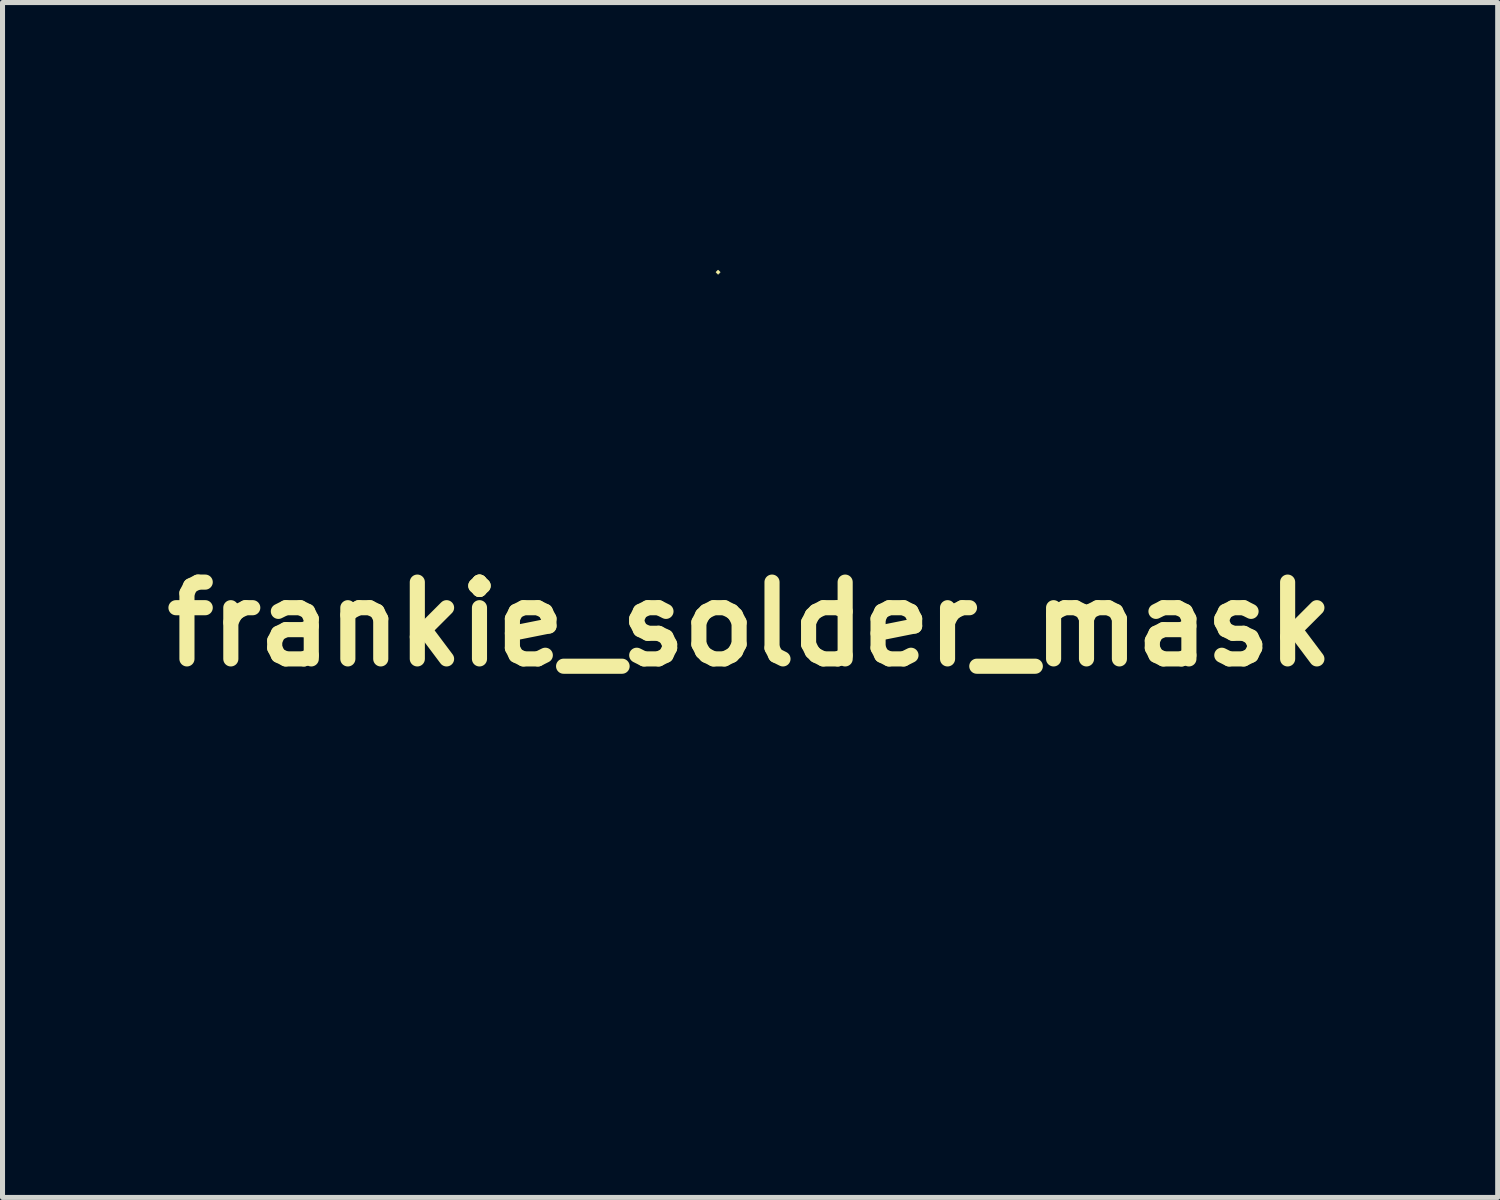
<source format=kicad_pcb>
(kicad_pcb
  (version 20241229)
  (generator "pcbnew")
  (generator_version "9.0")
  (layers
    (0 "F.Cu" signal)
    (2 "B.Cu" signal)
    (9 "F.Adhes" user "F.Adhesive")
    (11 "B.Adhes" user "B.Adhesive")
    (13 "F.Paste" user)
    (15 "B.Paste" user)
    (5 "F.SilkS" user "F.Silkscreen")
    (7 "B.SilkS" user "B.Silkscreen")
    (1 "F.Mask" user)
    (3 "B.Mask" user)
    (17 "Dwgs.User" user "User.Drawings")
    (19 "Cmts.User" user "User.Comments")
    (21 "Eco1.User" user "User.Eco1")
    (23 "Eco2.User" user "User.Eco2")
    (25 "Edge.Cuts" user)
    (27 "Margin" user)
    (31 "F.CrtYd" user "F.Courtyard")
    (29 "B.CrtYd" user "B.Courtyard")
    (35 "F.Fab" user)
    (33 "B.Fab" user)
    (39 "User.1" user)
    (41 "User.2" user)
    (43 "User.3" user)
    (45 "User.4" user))
  (footprint "frankie_solder_mask"
    (layer "F.Cu")
    (at 11.836 9.337)
    (property "Reference" "frankie_solder_mask" (at 0 0 0) (layer "F.SilkS") (effects (font (size 1.524 1.524) (thickness 0.3))))
    (attr through_hole)
    (fp_poly (pts (xy -1.163 -9.306) (xy -0.864 -9.249) (xy -0.525 -9.168) (xy -0.188 -9.071) (xy -0.085 -9.038) (xy 0.239 -8.86) (xy 0.549 -8.575) (xy 0.788 -8.24) (xy 0.858 -8.085) (xy 0.983 -7.866) (xy 1.147 -7.719) (xy 1.158 -7.713) (xy 1.43 -7.499) (xy 1.606 -7.153) (xy 1.681 -6.686) (xy 1.683 -6.519) (xy 1.709 -6.06) (xy 1.796 -5.69) (xy 1.813 -5.647) (xy 1.896 -5.434) (xy 1.902 -5.294) (xy 1.825 -5.147) (xy 1.781 -5.084) (xy 1.665 -4.906) (xy 1.61 -4.79) (xy 1.609 -4.783) (xy 1.559 -4.685) (xy 1.437 -4.51) (xy 1.28 -4.305) (xy 1.127 -4.121) (xy 1.016 -4.007) (xy 0.995 -3.993) (xy 0.929 -3.902) (xy 0.988 -3.734) (xy 1.177 -3.485) (xy 1.5 -3.147) (xy 1.562 -3.086) (xy 1.834 -2.807) (xy 2.059 -2.546) (xy 2.208 -2.34) (xy 2.249 -2.252) (xy 2.344 -2.054) (xy 2.455 -1.947) (xy 2.591 -1.807) (xy 2.659 -1.653) (xy 2.722 -1.494) (xy 2.783 -1.439) (xy 2.869 -1.358) (xy 2.976 -1.125) (xy 3.097 -0.755) (xy 3.23 -0.265) (xy 3.37 0.33) (xy 3.512 1.015) (xy 3.632 1.654) (xy 3.708 1.979) (xy 3.784 2.145) (xy 3.852 2.161) (xy 3.903 2.037) (xy 3.929 1.783) (xy 3.921 1.408) (xy 3.919 1.39) (xy 5.171 1.39) (xy 5.187 1.5) (xy 5.216 1.501) (xy 5.236 1.388) (xy 5.223 1.339) (xy 5.185 1.307) (xy 5.171 1.39) (xy 3.919 1.39) (xy 3.915 1.336) (xy 3.87 0.766) (xy 4.211 0.425) (xy 4.468 0.191) (xy 4.633 0.095) (xy 4.714 0.137) (xy 4.716 0.316) (xy 4.706 0.374) (xy 4.697 0.613) (xy 4.767 0.732) (xy 4.903 0.713) (xy 4.957 0.674) (xy 5.041 0.63) (xy 5.075 0.708) (xy 5.08 0.839) (xy 5.119 1.055) (xy 5.207 1.155) (xy 5.302 1.262) (xy 5.331 1.433) (xy 5.291 1.583) (xy 5.234 1.628) (xy 5.175 1.722) (xy 5.191 1.81) (xy 5.275 1.909) (xy 5.333 1.905) (xy 5.412 1.914) (xy 5.419 1.947) (xy 5.347 2.037) (xy 5.174 2.126) (xy 5.165 2.129) (xy 4.99 2.225) (xy 4.978 2.313) (xy 5.122 2.366) (xy 5.212 2.371) (xy 5.369 2.4) (xy 5.419 2.455) (xy 5.354 2.538) (xy 5.334 2.54) (xy 5.258 2.608) (xy 5.249 2.66) (xy 5.207 2.786) (xy 5.178 2.808) (xy 5.113 2.907) (xy 5.066 3.099) (xy 5.045 3.313) (xy 5.06 3.476) (xy 5.086 3.517) (xy 5.105 3.612) (xy 5.012 3.77) (xy 4.837 3.963) (xy 4.609 4.159) (xy 4.356 4.328) (xy 4.264 4.377) (xy 3.988 4.538) (xy 3.806 4.698) (xy 3.76 4.775) (xy 3.69 4.932) (xy 3.555 5.18) (xy 3.383 5.469) (xy 3.362 5.503) (xy 3.184 5.8) (xy 3.084 6.03) (xy 3.045 6.258) (xy 3.052 6.551) (xy 3.071 6.77) (xy 3.017 6.973) (xy 2.838 7.113) (xy 2.573 7.173) (xy 2.284 7.141) (xy 2 7.087) (xy 1.848 7.121) (xy 1.813 7.248) (xy 1.825 7.313) (xy 1.826 7.625) (xy 1.663 7.898) (xy 1.334 8.131) (xy 1.25 8.173) (xy 0.849 8.33) (xy 0.542 8.372) (xy 0.297 8.3) (xy 0.115 8.149) (xy -0.005 8.003) (xy -0.062 7.86) (xy -0.068 7.661) (xy -0.044 7.408) (xy 0.003 7.114) (xy 0.038 6.985) (xy 2.201 6.985) (xy 2.244 7.027) (xy 2.286 6.985) (xy 2.244 6.943) (xy 2.201 6.985) (xy 0.038 6.985) (xy 0.067 6.877) (xy 0.117 6.773) (xy 0.228 6.599) (xy 0.337 6.372) (xy 0.411 6.169) (xy 0.423 6.095) (xy 0.35 6.028) (xy 0.164 5.948) (xy 0.064 5.916) (xy -0.19 5.817) (xy -0.386 5.696) (xy -0.423 5.659) (xy -0.58 5.553) (xy -0.849 5.498) (xy -1.016 5.488) (xy -1.504 5.483) (xy -1.867 5.507) (xy -2.093 5.557) (xy -2.168 5.632) (xy -2.164 5.647) (xy -2.166 5.746) (xy -2.193 5.757) (xy -2.26 5.83) (xy -2.312 5.99) (xy -2.402 6.261) (xy -2.563 6.439) (xy -2.83 6.551) (xy -3.09 6.605) (xy -3.502 6.667) (xy -3.779 6.689) (xy -3.955 6.664) (xy -4.061 6.583) (xy -4.13 6.439) (xy -4.158 6.354) (xy -4.213 6.118) (xy -4.192 5.953) (xy -4.097 5.792) (xy -3.955 5.584) (xy -3.849 5.416) (xy -3.721 5.225) (xy -3.66 5.145) (xy -3.621 5.023) (xy -3.58 4.771) (xy -3.54 4.425) (xy -3.504 4.024) (xy -3.476 3.607) (xy -3.46 3.212) (xy -3.458 2.963) (xy -3.482 2.375) (xy -3.541 1.763) (xy -3.628 1.182) (xy -3.735 0.689) (xy -3.789 0.508) (xy -3.944 -0.095) (xy -4.033 -0.737) (xy -4.051 -1.358) (xy -3.993 -1.898) (xy -3.98 -1.957) (xy -3.839 -2.457) (xy -3.697 -2.828) (xy -2.856 -2.828) (xy -2.845 -2.745) (xy -2.8 -2.587) (xy -2.794 -2.538) (xy -2.719 -2.484) (xy -2.534 -2.44) (xy -2.477 -2.432) (xy -2.26 -2.408) (xy -2.128 -2.39) (xy -2.117 -2.388) (xy -2.058 -2.449) (xy -2.014 -2.527) (xy -1.834 -2.527) (xy -1.821 -2.412) (xy -1.774 -2.368) (xy -1.681 -2.333) (xy -1.555 -2.345) (xy -1.358 -2.415) (xy -1.05 -2.552) (xy -1.045 -2.554) (xy -0.776 -2.705) (xy -0.645 -2.86) (xy -0.623 -3.059) (xy -0.628 -3.102) (xy -0.693 -3.22) (xy -0.806 -3.29) (xy -0.905 -3.286) (xy -0.931 -3.226) (xy -0.994 -3.127) (xy -1.144 -3.025) (xy -1.319 -2.947) (xy -1.46 -2.923) (xy -1.506 -2.952) (xy -1.576 -3.044) (xy -1.666 -2.971) (xy -1.77 -2.741) (xy -1.834 -2.527) (xy -2.014 -2.527) (xy -1.963 -2.615) (xy -1.932 -2.68) (xy -1.789 -2.984) (xy -2.119 -2.94) (xy -2.341 -2.929) (xy -2.431 -2.969) (xy -2.431 -2.982) (xy -2.479 -3.086) (xy -2.519 -3.108) (xy -2.609 -3.076) (xy -2.625 -3.013) (xy -2.693 -2.897) (xy -2.761 -2.879) (xy -2.856 -2.828) (xy -3.697 -2.828) (xy -3.663 -2.917) (xy -3.618 -3.006) (xy -2.963 -3.006) (xy -2.921 -2.963) (xy -2.879 -3.006) (xy -2.921 -3.048) (xy -2.963 -3.006) (xy -3.618 -3.006) (xy -3.536 -3.165) (xy -2.85 -3.165) (xy -2.836 -3.133) (xy -2.76 -3.052) (xy -2.747 -3.048) (xy -2.71 -3.114) (xy -2.709 -3.133) (xy -2.774 -3.214) (xy -2.799 -3.217) (xy -2.85 -3.165) (xy -3.536 -3.165) (xy -3.472 -3.289) (xy -3.342 -3.471) (xy -3.229 -3.63) (xy -3.188 -3.805) (xy -3.203 -4.067) (xy -3.208 -4.106) (xy -3.249 -4.358) (xy -3.304 -4.479) (xy -3.394 -4.506) (xy -3.43 -4.502) (xy -3.78 -4.445) (xy -4.006 -4.42) (xy -4.152 -4.435) (xy -4.258 -4.495) (xy -4.37 -4.608) (xy -4.411 -4.652) (xy -4.496 -4.785) (xy -2.708 -4.785) (xy -2.602 -4.747) (xy -2.493 -4.741) (xy -2.34 -4.769) (xy -2.336 -4.847) (xy -2.361 -4.911) (xy -2.286 -4.851) (xy -2.281 -4.847) (xy -2.119 -4.772) (xy -1.898 -4.741) (xy -1.626 -4.707) (xy -1.347 -4.623) (xy -1.343 -4.621) (xy -1.121 -4.54) (xy -1.04 -4.547) (xy -1.091 -4.65) (xy -1.189 -4.77) (xy -1.347 -4.913) (xy -1.494 -4.932) (xy -1.576 -4.907) (xy -1.726 -4.878) (xy -1.747 -4.951) (xy -1.637 -5.123) (xy -1.545 -5.231) (xy -1.415 -5.395) (xy -1.355 -5.509) (xy -1.355 -5.514) (xy -1.436 -5.589) (xy -1.67 -5.652) (xy -1.99 -5.692) (xy -2.166 -5.691) (xy -2.225 -5.617) (xy -2.22 -5.503) (xy -2.136 -5.289) (xy -2.019 -5.156) (xy -1.925 -5.076) (xy -1.929 -5.028) (xy -2.057 -4.994) (xy -2.275 -4.962) (xy -2.527 -4.911) (xy -2.677 -4.846) (xy -2.708 -4.785) (xy -4.496 -4.785) (xy -4.6 -4.947) (xy -4.655 -5.248) (xy -4.579 -5.494) (xy -4.576 -5.64) (xy -4.689 -5.89) (xy -4.792 -6.06) (xy -4.951 -6.328) (xy -5.029 -6.528) (xy -5.043 -6.728) (xy -5.024 -6.906) (xy -5.001 -7.012) (xy -2.771 -7.012) (xy -2.756 -6.873) (xy -2.699 -6.736) (xy -2.609 -6.697) (xy -2.425 -6.733) (xy -2.394 -6.742) (xy -2.263 -6.803) (xy -2.269 -6.868) (xy -0.92 -6.868) (xy -0.881 -6.702) (xy -0.741 -6.607) (xy -0.527 -6.551) (xy -0.4 -6.613) (xy -0.331 -6.75) (xy -0.317 -6.91) (xy -0.437 -7.042) (xy -0.466 -7.062) (xy -0.623 -7.147) (xy -0.727 -7.127) (xy -0.799 -7.062) (xy -0.92 -6.868) (xy -2.269 -6.868) (xy -2.274 -6.917) (xy -2.296 -6.962) (xy -2.345 -7.08) (xy -2.295 -7.075) (xy -2.294 -7.075) (xy -2.215 -7.088) (xy -2.201 -7.149) (xy -2.265 -7.256) (xy -2.421 -7.273) (xy -2.618 -7.198) (xy -2.661 -7.169) (xy -2.771 -7.012) (xy -5.001 -7.012) (xy -4.965 -7.179) (xy -4.872 -7.317) (xy -4.808 -7.346) (xy -4.693 -7.429) (xy -4.692 -7.504) (xy -4.667 -7.6) (xy -4.569 -7.62) (xy -4.45 -7.662) (xy -4.39 -7.808) (xy -4.378 -8.088) (xy -4.379 -8.098) (xy -4.307 -8.182) (xy -4.134 -8.245) (xy -3.948 -8.328) (xy -3.7 -8.496) (xy -3.447 -8.709) (xy -3.165 -8.952) (xy -2.908 -9.107) (xy -2.622 -9.194) (xy -2.251 -9.233) (xy -2.009 -9.241) (xy -1.738 -9.257) (xy -1.544 -9.288) (xy -1.479 -9.317) (xy -1.382 -9.332) (xy -1.163 -9.306)) (stroke (width 0.01) (type solid)) (fill yes) (layer "F.Mask"))
    (fp_poly (pts (xy -0.593 -6.985) (xy -0.635 -6.943) (xy -0.677 -6.985) (xy -0.635 -7.027) (xy -0.593 -6.985)) (stroke (width 0.01) (type solid)) (fill yes) (layer "F.SilkS")))
  (gr_rect
    (start -3 -3)
    (end 26.673 20.714)
    (stroke (width 0.1) (type default))
    (fill no)
    (layer "Edge.Cuts")))
</source>
